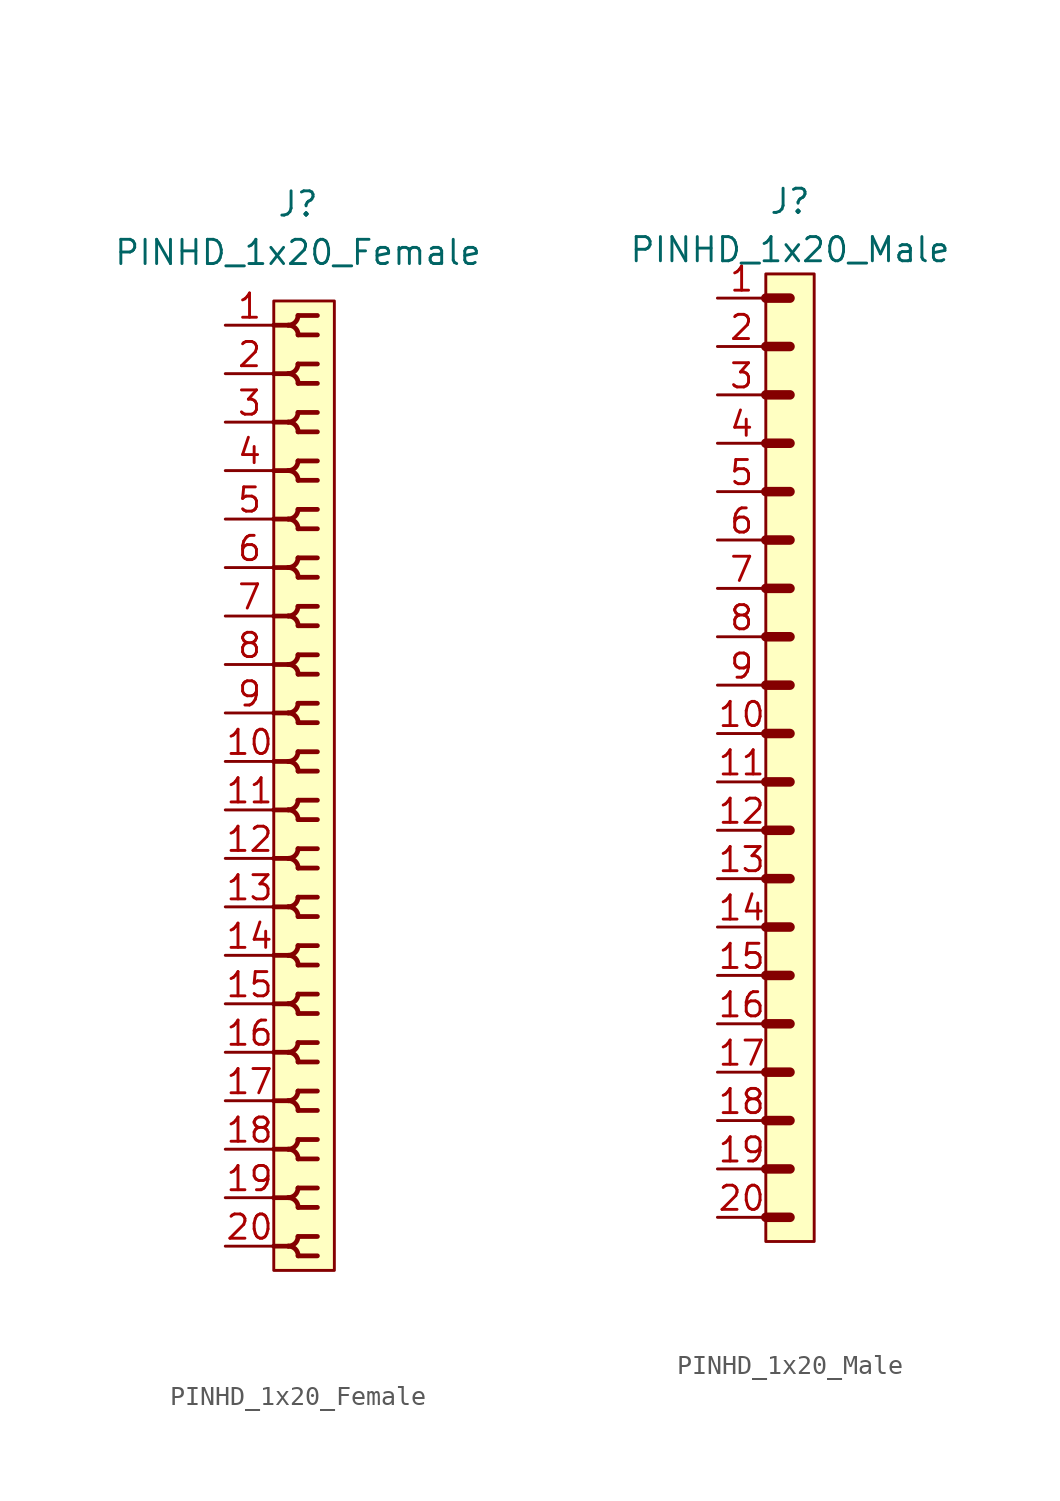
<source format=kicad_sym>
(kicad_symbol_lib
  (version 20211014)
  (generator kicad_symbol_editor)
  (symbol "PINHD_1x20_Female"
    (property "Reference" "J"
      (at 0 30.48 0)
      (effects (font (size 1.27 1.27))))
    (property "Value" "PINHD_1x20_Female"
      (at 0 27.94 0)
      (effects (font (size 1.27 1.27))))
    (symbol "PINHD_1x20_Female_0_1"
      (rectangle (start -1.27 25.4) (end 1.905 -25.4) (stroke (width 0) (type default) (color 0 0 0 0)) (fill (type background)))
      (arc (start -0.508 -24.13) (mid 0.3592 -24.4892) (end 0 -23.622) (stroke (width 0.25) (type default) (color 0 0 0 0)) (fill (type none)))
      (arc (start -0.508 -21.59) (mid 0.3592 -21.9492) (end 0 -21.082) (stroke (width 0.25) (type default) (color 0 0 0 0)) (fill (type none)))
      (arc (start -0.508 -19.05) (mid 0.3592 -19.4092) (end 0 -18.542) (stroke (width 0.25) (type default) (color 0 0 0 0)) (fill (type none)))
      (arc (start -0.508 -16.51) (mid 0.3592 -16.8692) (end 0 -16.002) (stroke (width 0.25) (type default) (color 0 0 0 0)) (fill (type none)))
      (arc (start -0.508 -13.97) (mid 0.3592 -14.3292) (end 0 -13.462) (stroke (width 0.25) (type default) (color 0 0 0 0)) (fill (type none)))
      (arc (start -0.508 -11.43) (mid 0.3592 -11.7892) (end 0 -10.922) (stroke (width 0.25) (type default) (color 0 0 0 0)) (fill (type none)))
      (arc (start -0.508 -8.89) (mid 0.3592 -9.2492) (end 0 -8.382) (stroke (width 0.25) (type default) (color 0 0 0 0)) (fill (type none)))
      (arc (start -0.508 -6.35) (mid 0.3592 -6.7092) (end 0 -5.842) (stroke (width 0.25) (type default) (color 0 0 0 0)) (fill (type none)))
      (arc (start -0.508 -3.81) (mid 0.3592 -4.1692) (end 0 -3.302) (stroke (width 0.25) (type default) (color 0 0 0 0)) (fill (type none)))
      (arc (start -0.508 -1.27) (mid 0.3592 -1.6292) (end 0 -0.762) (stroke (width 0.25) (type default) (color 0 0 0 0)) (fill (type none)))
      (arc (start -0.508 1.27) (mid 0.3592 0.9108) (end 0 1.778) (stroke (width 0.25) (type default) (color 0 0 0 0)) (fill (type none)))
      (arc (start -0.508 3.81) (mid 0.3592 3.4508) (end 0 4.318) (stroke (width 0.25) (type default) (color 0 0 0 0)) (fill (type none)))
      (arc (start -0.508 6.35) (mid 0.3592 5.9908) (end 0 6.858) (stroke (width 0.25) (type default) (color 0 0 0 0)) (fill (type none)))
      (arc (start -0.508 8.89) (mid 0.3592 8.5308) (end 0 9.398) (stroke (width 0.25) (type default) (color 0 0 0 0)) (fill (type none)))
      (arc (start -0.508 11.43) (mid 0.3592 11.0708) (end 0 11.938) (stroke (width 0.25) (type default) (color 0 0 0 0)) (fill (type none)))
      (arc (start -0.508 13.97) (mid 0.3592 13.6108) (end 0 14.478) (stroke (width 0.25) (type default) (color 0 0 0 0)) (fill (type none)))
      (arc (start -0.508 16.51) (mid 0.3592 16.1508) (end 0 17.018) (stroke (width 0.25) (type default) (color 0 0 0 0)) (fill (type none)))
      (arc (start -0.508 19.05) (mid 0.3592 18.6908) (end 0 19.558) (stroke (width 0.25) (type default) (color 0 0 0 0)) (fill (type none)))
      (arc (start -0.508 21.59) (mid 0.3592 21.2308) (end 0 22.098) (stroke (width 0.25) (type default) (color 0 0 0 0)) (fill (type none)))
      (arc (start -0.508 24.13) (mid 0.3592 23.7708) (end 0 24.638) (stroke (width 0.25) (type default) (color 0 0 0 0)) (fill (type none)))
      (arc (start 0 -24.638) (mid 0.3592 -23.7708) (end -0.508 -24.13) (stroke (width 0.25) (type default) (color 0 0 0 0)) (fill (type none)))
      (arc (start 0 -22.098) (mid 0.3592 -21.2308) (end -0.508 -21.59) (stroke (width 0.25) (type default) (color 0 0 0 0)) (fill (type none)))
      (arc (start 0 -19.558) (mid 0.3592 -18.6908) (end -0.508 -19.05) (stroke (width 0.25) (type default) (color 0 0 0 0)) (fill (type none)))
      (arc (start 0 -17.018) (mid 0.3592 -16.1508) (end -0.508 -16.51) (stroke (width 0.25) (type default) (color 0 0 0 0)) (fill (type none)))
      (arc (start 0 -14.478) (mid 0.3592 -13.6108) (end -0.508 -13.97) (stroke (width 0.25) (type default) (color 0 0 0 0)) (fill (type none)))
      (arc (start 0 -11.938) (mid 0.3592 -11.0708) (end -0.508 -11.43) (stroke (width 0.25) (type default) (color 0 0 0 0)) (fill (type none)))
      (arc (start 0 -9.398) (mid 0.3592 -8.5308) (end -0.508 -8.89) (stroke (width 0.25) (type default) (color 0 0 0 0)) (fill (type none)))
      (arc (start 0 -6.858) (mid 0.3592 -5.9908) (end -0.508 -6.35) (stroke (width 0.25) (type default) (color 0 0 0 0)) (fill (type none)))
      (arc (start 0 -4.318) (mid 0.3592 -3.4508) (end -0.508 -3.81) (stroke (width 0.25) (type default) (color 0 0 0 0)) (fill (type none)))
      (arc (start 0 -1.778) (mid 0.3592 -0.9108) (end -0.508 -1.27) (stroke (width 0.25) (type default) (color 0 0 0 0)) (fill (type none)))
      (polyline (pts (xy -1.27 -24.13) (xy -0.508 -24.13)) (stroke (width 0.25) (type default) (color 0 0 0 0)) (fill (type none)))
      (polyline (pts (xy -1.27 -21.59) (xy -0.508 -21.59)) (stroke (width 0.25) (type default) (color 0 0 0 0)) (fill (type none)))
      (polyline (pts (xy -1.27 -19.05) (xy -0.508 -19.05)) (stroke (width 0.25) (type default) (color 0 0 0 0)) (fill (type none)))
      (polyline (pts (xy -1.27 -16.51) (xy -0.508 -16.51)) (stroke (width 0.25) (type default) (color 0 0 0 0)) (fill (type none)))
      (polyline (pts (xy -1.27 -13.97) (xy -0.508 -13.97)) (stroke (width 0.25) (type default) (color 0 0 0 0)) (fill (type none)))
      (polyline (pts (xy -1.27 -11.43) (xy -0.508 -11.43)) (stroke (width 0.25) (type default) (color 0 0 0 0)) (fill (type none)))
      (polyline (pts (xy -1.27 -8.89) (xy -0.508 -8.89)) (stroke (width 0.25) (type default) (color 0 0 0 0)) (fill (type none)))
      (polyline (pts (xy -1.27 -6.35) (xy -0.508 -6.35)) (stroke (width 0.25) (type default) (color 0 0 0 0)) (fill (type none)))
      (polyline (pts (xy -1.27 -3.81) (xy -0.508 -3.81)) (stroke (width 0.25) (type default) (color 0 0 0 0)) (fill (type none)))
      (polyline (pts (xy -1.27 -1.27) (xy -0.508 -1.27)) (stroke (width 0.25) (type default) (color 0 0 0 0)) (fill (type none)))
      (polyline (pts (xy -1.27 1.27) (xy -0.508 1.27)) (stroke (width 0.25) (type default) (color 0 0 0 0)) (fill (type none)))
      (polyline (pts (xy -1.27 3.81) (xy -0.508 3.81)) (stroke (width 0.25) (type default) (color 0 0 0 0)) (fill (type none)))
      (polyline (pts (xy -1.27 6.35) (xy -0.508 6.35)) (stroke (width 0.25) (type default) (color 0 0 0 0)) (fill (type none)))
      (polyline (pts (xy -1.27 8.89) (xy -0.508 8.89)) (stroke (width 0.25) (type default) (color 0 0 0 0)) (fill (type none)))
      (polyline (pts (xy -1.27 11.43) (xy -0.508 11.43)) (stroke (width 0.25) (type default) (color 0 0 0 0)) (fill (type none)))
      (polyline (pts (xy -1.27 13.97) (xy -0.508 13.97)) (stroke (width 0.25) (type default) (color 0 0 0 0)) (fill (type none)))
      (polyline (pts (xy -1.27 16.51) (xy -0.508 16.51)) (stroke (width 0.25) (type default) (color 0 0 0 0)) (fill (type none)))
      (polyline (pts (xy -1.27 19.05) (xy -0.508 19.05)) (stroke (width 0.25) (type default) (color 0 0 0 0)) (fill (type none)))
      (polyline (pts (xy -1.27 21.59) (xy -0.508 21.59)) (stroke (width 0.25) (type default) (color 0 0 0 0)) (fill (type none)))
      (polyline (pts (xy -1.27 24.13) (xy -0.508 24.13)) (stroke (width 0.25) (type default) (color 0 0 0 0)) (fill (type none)))
      (polyline (pts (xy 0 -24.638) (xy 1.016 -24.638)) (stroke (width 0.25) (type default) (color 0 0 0 0)) (fill (type none)))
      (polyline (pts (xy 0 -23.622) (xy 1.016 -23.622)) (stroke (width 0.25) (type default) (color 0 0 0 0)) (fill (type none)))
      (polyline (pts (xy 0 -22.098) (xy 1.016 -22.098)) (stroke (width 0.25) (type default) (color 0 0 0 0)) (fill (type none)))
      (polyline (pts (xy 0 -21.082) (xy 1.016 -21.082)) (stroke (width 0.25) (type default) (color 0 0 0 0)) (fill (type none)))
      (polyline (pts (xy 0 -19.558) (xy 1.016 -19.558)) (stroke (width 0.25) (type default) (color 0 0 0 0)) (fill (type none)))
      (polyline (pts (xy 0 -18.542) (xy 1.016 -18.542)) (stroke (width 0.25) (type default) (color 0 0 0 0)) (fill (type none)))
      (polyline (pts (xy 0 -17.018) (xy 1.016 -17.018)) (stroke (width 0.25) (type default) (color 0 0 0 0)) (fill (type none)))
      (polyline (pts (xy 0 -16.002) (xy 1.016 -16.002)) (stroke (width 0.25) (type default) (color 0 0 0 0)) (fill (type none)))
      (polyline (pts (xy 0 -14.478) (xy 1.016 -14.478)) (stroke (width 0.25) (type default) (color 0 0 0 0)) (fill (type none)))
      (polyline (pts (xy 0 -13.462) (xy 1.016 -13.462)) (stroke (width 0.25) (type default) (color 0 0 0 0)) (fill (type none)))
      (polyline (pts (xy 0 -11.938) (xy 1.016 -11.938)) (stroke (width 0.25) (type default) (color 0 0 0 0)) (fill (type none)))
      (polyline (pts (xy 0 -10.922) (xy 1.016 -10.922)) (stroke (width 0.25) (type default) (color 0 0 0 0)) (fill (type none)))
      (polyline (pts (xy 0 -9.398) (xy 1.016 -9.398)) (stroke (width 0.25) (type default) (color 0 0 0 0)) (fill (type none)))
      (polyline (pts (xy 0 -8.382) (xy 1.016 -8.382)) (stroke (width 0.25) (type default) (color 0 0 0 0)) (fill (type none)))
      (polyline (pts (xy 0 -6.858) (xy 1.016 -6.858)) (stroke (width 0.25) (type default) (color 0 0 0 0)) (fill (type none)))
      (polyline (pts (xy 0 -5.842) (xy 1.016 -5.842)) (stroke (width 0.25) (type default) (color 0 0 0 0)) (fill (type none)))
      (polyline (pts (xy 0 -4.318) (xy 1.016 -4.318)) (stroke (width 0.25) (type default) (color 0 0 0 0)) (fill (type none)))
      (polyline (pts (xy 0 -3.302) (xy 1.016 -3.302)) (stroke (width 0.25) (type default) (color 0 0 0 0)) (fill (type none)))
      (polyline (pts (xy 0 -1.778) (xy 1.016 -1.778)) (stroke (width 0.25) (type default) (color 0 0 0 0)) (fill (type none)))
      (polyline (pts (xy 0 -0.762) (xy 1.016 -0.762)) (stroke (width 0.25) (type default) (color 0 0 0 0)) (fill (type none)))
      (polyline (pts (xy 0 0.762) (xy 1.016 0.762)) (stroke (width 0.25) (type default) (color 0 0 0 0)) (fill (type none)))
      (polyline (pts (xy 0 1.778) (xy 1.016 1.778)) (stroke (width 0.25) (type default) (color 0 0 0 0)) (fill (type none)))
      (polyline (pts (xy 0 3.302) (xy 1.016 3.302)) (stroke (width 0.25) (type default) (color 0 0 0 0)) (fill (type none)))
      (polyline (pts (xy 0 4.318) (xy 1.016 4.318)) (stroke (width 0.25) (type default) (color 0 0 0 0)) (fill (type none)))
      (polyline (pts (xy 0 5.842) (xy 1.016 5.842)) (stroke (width 0.25) (type default) (color 0 0 0 0)) (fill (type none)))
      (polyline (pts (xy 0 6.858) (xy 1.016 6.858)) (stroke (width 0.25) (type default) (color 0 0 0 0)) (fill (type none)))
      (polyline (pts (xy 0 8.382) (xy 1.016 8.382)) (stroke (width 0.25) (type default) (color 0 0 0 0)) (fill (type none)))
      (polyline (pts (xy 0 9.398) (xy 1.016 9.398)) (stroke (width 0.25) (type default) (color 0 0 0 0)) (fill (type none)))
      (polyline (pts (xy 0 10.922) (xy 1.016 10.922)) (stroke (width 0.25) (type default) (color 0 0 0 0)) (fill (type none)))
      (polyline (pts (xy 0 11.938) (xy 1.016 11.938)) (stroke (width 0.25) (type default) (color 0 0 0 0)) (fill (type none)))
      (polyline (pts (xy 0 13.462) (xy 1.016 13.462)) (stroke (width 0.25) (type default) (color 0 0 0 0)) (fill (type none)))
      (polyline (pts (xy 0 14.478) (xy 1.016 14.478)) (stroke (width 0.25) (type default) (color 0 0 0 0)) (fill (type none)))
      (polyline (pts (xy 0 16.002) (xy 1.016 16.002)) (stroke (width 0.25) (type default) (color 0 0 0 0)) (fill (type none)))
      (polyline (pts (xy 0 17.018) (xy 1.016 17.018)) (stroke (width 0.25) (type default) (color 0 0 0 0)) (fill (type none)))
      (polyline (pts (xy 0 18.542) (xy 1.016 18.542)) (stroke (width 0.25) (type default) (color 0 0 0 0)) (fill (type none)))
      (polyline (pts (xy 0 19.558) (xy 1.016 19.558)) (stroke (width 0.25) (type default) (color 0 0 0 0)) (fill (type none)))
      (polyline (pts (xy 0 21.082) (xy 1.016 21.082)) (stroke (width 0.25) (type default) (color 0 0 0 0)) (fill (type none)))
      (polyline (pts (xy 0 22.098) (xy 1.016 22.098)) (stroke (width 0.25) (type default) (color 0 0 0 0)) (fill (type none)))
      (polyline (pts (xy 0 23.622) (xy 1.016 23.622)) (stroke (width 0.25) (type default) (color 0 0 0 0)) (fill (type none)))
      (polyline (pts (xy 0 24.638) (xy 1.016 24.638)) (stroke (width 0.25) (type default) (color 0 0 0 0)) (fill (type none)))
      (arc (start 0 0.762) (mid 0.3592 1.6292) (end -0.508 1.27) (stroke (width 0.25) (type default) (color 0 0 0 0)) (fill (type none)))
      (arc (start 0 3.302) (mid 0.3592 4.1692) (end -0.508 3.81) (stroke (width 0.25) (type default) (color 0 0 0 0)) (fill (type none)))
      (arc (start 0 5.842) (mid 0.3592 6.7092) (end -0.508 6.35) (stroke (width 0.25) (type default) (color 0 0 0 0)) (fill (type none)))
      (arc (start 0 8.382) (mid 0.3592 9.2492) (end -0.508 8.89) (stroke (width 0.25) (type default) (color 0 0 0 0)) (fill (type none)))
      (arc (start 0 10.922) (mid 0.3592 11.7892) (end -0.508 11.43) (stroke (width 0.25) (type default) (color 0 0 0 0)) (fill (type none)))
      (arc (start 0 13.462) (mid 0.3592 14.3292) (end -0.508 13.97) (stroke (width 0.25) (type default) (color 0 0 0 0)) (fill (type none)))
      (arc (start 0 16.002) (mid 0.3592 16.8692) (end -0.508 16.51) (stroke (width 0.25) (type default) (color 0 0 0 0)) (fill (type none)))
      (arc (start 0 18.542) (mid 0.3592 19.4092) (end -0.508 19.05) (stroke (width 0.25) (type default) (color 0 0 0 0)) (fill (type none)))
      (arc (start 0 21.082) (mid 0.3592 21.9492) (end -0.508 21.59) (stroke (width 0.25) (type default) (color 0 0 0 0)) (fill (type none)))
      (arc (start 0 23.622) (mid 0.3592 24.4892) (end -0.508 24.13) (stroke (width 0.25) (type default) (color 0 0 0 0)) (fill (type none))))
    (symbol "PINHD_1x20_Female_1_1"
      (pin passive line (at -3.81 24.13 0) (length 2.54) (name "" (effects (font (size 1.27 1.27)))) (number "1" (effects (font (size 1.27 1.27)))))
      (pin passive line (at -3.81 1.27 0) (length 2.54) (name "" (effects (font (size 1.27 1.27)))) (number "10" (effects (font (size 1.27 1.27)))))
      (pin passive line (at -3.81 -1.27 0) (length 2.54) (name "" (effects (font (size 1.27 1.27)))) (number "11" (effects (font (size 1.27 1.27)))))
      (pin passive line (at -3.81 -3.81 0) (length 2.54) (name "" (effects (font (size 1.27 1.27)))) (number "12" (effects (font (size 1.27 1.27)))))
      (pin passive line (at -3.81 -6.35 0) (length 2.54) (name "" (effects (font (size 1.27 1.27)))) (number "13" (effects (font (size 1.27 1.27)))))
      (pin passive line (at -3.81 -8.89 0) (length 2.54) (name "" (effects (font (size 1.27 1.27)))) (number "14" (effects (font (size 1.27 1.27)))))
      (pin passive line (at -3.81 -11.43 0) (length 2.54) (name "" (effects (font (size 1.27 1.27)))) (number "15" (effects (font (size 1.27 1.27)))))
      (pin passive line (at -3.81 -13.97 0) (length 2.54) (name "" (effects (font (size 1.27 1.27)))) (number "16" (effects (font (size 1.27 1.27)))))
      (pin passive line (at -3.81 -16.51 0) (length 2.54) (name "" (effects (font (size 1.27 1.27)))) (number "17" (effects (font (size 1.27 1.27)))))
      (pin passive line (at -3.81 -19.05 0) (length 2.54) (name "" (effects (font (size 1.27 1.27)))) (number "18" (effects (font (size 1.27 1.27)))))
      (pin passive line (at -3.81 -21.59 0) (length 2.54) (name "" (effects (font (size 1.27 1.27)))) (number "19" (effects (font (size 1.27 1.27)))))
      (pin passive line (at -3.81 21.59 0) (length 2.54) (name "" (effects (font (size 1.27 1.27)))) (number "2" (effects (font (size 1.27 1.27)))))
      (pin passive line (at -3.81 -24.13 0) (length 2.54) (name "" (effects (font (size 1.27 1.27)))) (number "20" (effects (font (size 1.27 1.27)))))
      (pin passive line (at -3.81 19.05 0) (length 2.54) (name "" (effects (font (size 1.27 1.27)))) (number "3" (effects (font (size 1.27 1.27)))))
      (pin passive line (at -3.81 16.51 0) (length 2.54) (name "" (effects (font (size 1.27 1.27)))) (number "4" (effects (font (size 1.27 1.27)))))
      (pin passive line (at -3.81 13.97 0) (length 2.54) (name "" (effects (font (size 1.27 1.27)))) (number "5" (effects (font (size 1.27 1.27)))))
      (pin passive line (at -3.81 11.43 0) (length 2.54) (name "" (effects (font (size 1.27 1.27)))) (number "6" (effects (font (size 1.27 1.27)))))
      (pin passive line (at -3.81 8.89 0) (length 2.54) (name "" (effects (font (size 1.27 1.27)))) (number "7" (effects (font (size 1.27 1.27)))))
      (pin passive line (at -3.81 6.35 0) (length 2.54) (name "" (effects (font (size 1.27 1.27)))) (number "8" (effects (font (size 1.27 1.27)))))
      (pin passive line (at -3.81 3.81 0) (length 2.54) (name "" (effects (font (size 1.27 1.27)))) (number "9" (effects (font (size 1.27 1.27)))))))
  (symbol "PINHD_1x20_Male"
    (property "Reference" "J"
      (at 0 29.21 0)
      (effects (font (size 1.27 1.27))))
    (property "Value" "PINHD_1x20_Male"
      (at 0 26.67 0)
      (effects (font (size 1.27 1.27))))
    (symbol "PINHD_1x20_Male_0_1"
      (rectangle (start -1.27 25.4) (end 1.27 -25.4) (stroke (width 0) (type default) (color 0 0 0 0)) (fill (type background)))
      (polyline (pts (xy -1.27 -24.13) (xy 0 -24.13)) (stroke (width 0.5) (type default) (color 0 0 0 0)) (fill (type none)))
      (polyline (pts (xy -1.27 -21.59) (xy 0 -21.59)) (stroke (width 0.5) (type default) (color 0 0 0 0)) (fill (type none)))
      (polyline (pts (xy -1.27 -19.05) (xy 0 -19.05)) (stroke (width 0.5) (type default) (color 0 0 0 0)) (fill (type none)))
      (polyline (pts (xy -1.27 -16.51) (xy 0 -16.51)) (stroke (width 0.5) (type default) (color 0 0 0 0)) (fill (type none)))
      (polyline (pts (xy -1.27 -13.97) (xy 0 -13.97)) (stroke (width 0.5) (type default) (color 0 0 0 0)) (fill (type none)))
      (polyline (pts (xy -1.27 -11.43) (xy 0 -11.43)) (stroke (width 0.5) (type default) (color 0 0 0 0)) (fill (type none)))
      (polyline (pts (xy -1.27 -8.89) (xy 0 -8.89)) (stroke (width 0.5) (type default) (color 0 0 0 0)) (fill (type none)))
      (polyline (pts (xy -1.27 -6.35) (xy 0 -6.35)) (stroke (width 0.5) (type default) (color 0 0 0 0)) (fill (type none)))
      (polyline (pts (xy -1.27 -3.81) (xy 0 -3.81)) (stroke (width 0.5) (type default) (color 0 0 0 0)) (fill (type none)))
      (polyline (pts (xy -1.27 -1.27) (xy 0 -1.27)) (stroke (width 0.5) (type default) (color 0 0 0 0)) (fill (type none)))
      (polyline (pts (xy -1.27 1.27) (xy 0 1.27)) (stroke (width 0.3) (type default) (color 0 0 0 0)) (fill (type none)))
      (polyline (pts (xy -1.27 1.27) (xy 0 1.27)) (stroke (width 0.5) (type default) (color 0 0 0 0)) (fill (type none)))
      (polyline (pts (xy -1.27 3.81) (xy 0 3.81)) (stroke (width 0.3) (type default) (color 0 0 0 0)) (fill (type none)))
      (polyline (pts (xy -1.27 3.81) (xy 0 3.81)) (stroke (width 0.5) (type default) (color 0 0 0 0)) (fill (type none)))
      (polyline (pts (xy -1.27 6.35) (xy 0 6.35)) (stroke (width 0.3) (type default) (color 0 0 0 0)) (fill (type none)))
      (polyline (pts (xy -1.27 6.35) (xy 0 6.35)) (stroke (width 0.5) (type default) (color 0 0 0 0)) (fill (type none)))
      (polyline (pts (xy -1.27 8.89) (xy 0 8.89)) (stroke (width 0.3) (type default) (color 0 0 0 0)) (fill (type none)))
      (polyline (pts (xy -1.27 8.89) (xy 0 8.89)) (stroke (width 0.5) (type default) (color 0 0 0 0)) (fill (type none)))
      (polyline (pts (xy -1.27 11.43) (xy 0 11.43)) (stroke (width 0.3) (type default) (color 0 0 0 0)) (fill (type none)))
      (polyline (pts (xy -1.27 11.43) (xy 0 11.43)) (stroke (width 0.5) (type default) (color 0 0 0 0)) (fill (type none)))
      (polyline (pts (xy -1.27 13.97) (xy 0 13.97)) (stroke (width 0.3) (type default) (color 0 0 0 0)) (fill (type none)))
      (polyline (pts (xy -1.27 13.97) (xy 0 13.97)) (stroke (width 0.5) (type default) (color 0 0 0 0)) (fill (type none)))
      (polyline (pts (xy -1.27 16.51) (xy 0 16.51)) (stroke (width 0.3) (type default) (color 0 0 0 0)) (fill (type none)))
      (polyline (pts (xy -1.27 16.51) (xy 0 16.51)) (stroke (width 0.5) (type default) (color 0 0 0 0)) (fill (type none)))
      (polyline (pts (xy -1.27 19.05) (xy 0 19.05)) (stroke (width 0.3) (type default) (color 0 0 0 0)) (fill (type none)))
      (polyline (pts (xy -1.27 19.05) (xy 0 19.05)) (stroke (width 0.5) (type default) (color 0 0 0 0)) (fill (type none)))
      (polyline (pts (xy -1.27 21.59) (xy 0 21.59)) (stroke (width 0.3) (type default) (color 0 0 0 0)) (fill (type none)))
      (polyline (pts (xy -1.27 21.59) (xy 0 21.59)) (stroke (width 0.5) (type default) (color 0 0 0 0)) (fill (type none)))
      (polyline (pts (xy -1.27 24.13) (xy 0 24.13)) (stroke (width 0.5) (type default) (color 0 0 0 0)) (fill (type none))))
    (symbol "PINHD_1x20_Male_1_1"
      (pin passive line (at -3.81 24.13 0) (length 2.54) (name "" (effects (font (size 1.27 1.27)))) (number "1" (effects (font (size 1.27 1.27)))))
      (pin passive line (at -3.81 1.27 0) (length 2.54) (name "" (effects (font (size 1.27 1.27)))) (number "10" (effects (font (size 1.27 1.27)))))
      (pin passive line (at -3.81 -1.27 0) (length 2.54) (name "" (effects (font (size 1.27 1.27)))) (number "11" (effects (font (size 1.27 1.27)))))
      (pin passive line (at -3.81 -3.81 0) (length 2.54) (name "" (effects (font (size 1.27 1.27)))) (number "12" (effects (font (size 1.27 1.27)))))
      (pin passive line (at -3.81 -6.35 0) (length 2.54) (name "" (effects (font (size 1.27 1.27)))) (number "13" (effects (font (size 1.27 1.27)))))
      (pin passive line (at -3.81 -8.89 0) (length 2.54) (name "" (effects (font (size 1.27 1.27)))) (number "14" (effects (font (size 1.27 1.27)))))
      (pin passive line (at -3.81 -11.43 0) (length 2.54) (name "" (effects (font (size 1.27 1.27)))) (number "15" (effects (font (size 1.27 1.27)))))
      (pin passive line (at -3.81 -13.97 0) (length 2.54) (name "" (effects (font (size 1.27 1.27)))) (number "16" (effects (font (size 1.27 1.27)))))
      (pin passive line (at -3.81 -16.51 0) (length 2.54) (name "" (effects (font (size 1.27 1.27)))) (number "17" (effects (font (size 1.27 1.27)))))
      (pin passive line (at -3.81 -19.05 0) (length 2.54) (name "" (effects (font (size 1.27 1.27)))) (number "18" (effects (font (size 1.27 1.27)))))
      (pin passive line (at -3.81 -21.59 0) (length 2.54) (name "" (effects (font (size 1.27 1.27)))) (number "19" (effects (font (size 1.27 1.27)))))
      (pin passive line (at -3.81 21.59 0) (length 2.54) (name "" (effects (font (size 1.27 1.27)))) (number "2" (effects (font (size 1.27 1.27)))))
      (pin passive line (at -3.81 -24.13 0) (length 2.54) (name "" (effects (font (size 1.27 1.27)))) (number "20" (effects (font (size 1.27 1.27)))))
      (pin passive line (at -3.81 19.05 0) (length 2.54) (name "" (effects (font (size 1.27 1.27)))) (number "3" (effects (font (size 1.27 1.27)))))
      (pin passive line (at -3.81 16.51 0) (length 2.54) (name "" (effects (font (size 1.27 1.27)))) (number "4" (effects (font (size 1.27 1.27)))))
      (pin passive line (at -3.81 13.97 0) (length 2.54) (name "" (effects (font (size 1.27 1.27)))) (number "5" (effects (font (size 1.27 1.27)))))
      (pin passive line (at -3.81 11.43 0) (length 2.54) (name "" (effects (font (size 1.27 1.27)))) (number "6" (effects (font (size 1.27 1.27)))))
      (pin passive line (at -3.81 8.89 0) (length 2.54) (name "" (effects (font (size 1.27 1.27)))) (number "7" (effects (font (size 1.27 1.27)))))
      (pin passive line (at -3.81 6.35 0) (length 2.54) (name "" (effects (font (size 1.27 1.27)))) (number "8" (effects (font (size 1.27 1.27)))))
      (pin passive line (at -3.81 3.81 0) (length 2.54) (name "" (effects (font (size 1.27 1.27)))) (number "9" (effects (font (size 1.27 1.27))))))))
</source>
